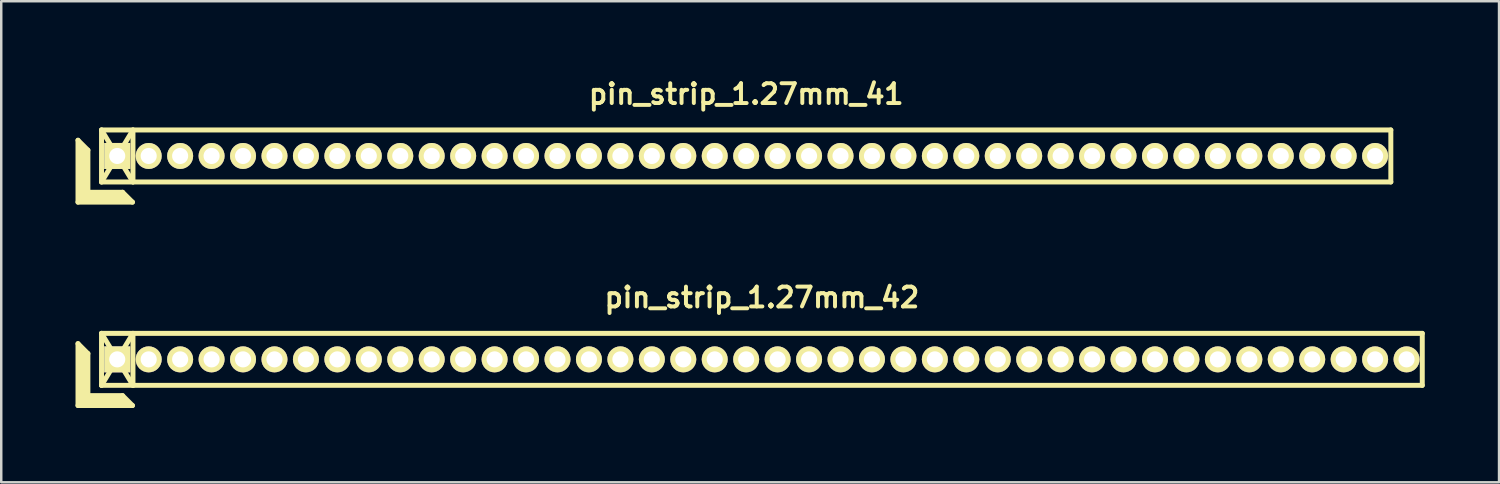
<source format=kicad_pcb>
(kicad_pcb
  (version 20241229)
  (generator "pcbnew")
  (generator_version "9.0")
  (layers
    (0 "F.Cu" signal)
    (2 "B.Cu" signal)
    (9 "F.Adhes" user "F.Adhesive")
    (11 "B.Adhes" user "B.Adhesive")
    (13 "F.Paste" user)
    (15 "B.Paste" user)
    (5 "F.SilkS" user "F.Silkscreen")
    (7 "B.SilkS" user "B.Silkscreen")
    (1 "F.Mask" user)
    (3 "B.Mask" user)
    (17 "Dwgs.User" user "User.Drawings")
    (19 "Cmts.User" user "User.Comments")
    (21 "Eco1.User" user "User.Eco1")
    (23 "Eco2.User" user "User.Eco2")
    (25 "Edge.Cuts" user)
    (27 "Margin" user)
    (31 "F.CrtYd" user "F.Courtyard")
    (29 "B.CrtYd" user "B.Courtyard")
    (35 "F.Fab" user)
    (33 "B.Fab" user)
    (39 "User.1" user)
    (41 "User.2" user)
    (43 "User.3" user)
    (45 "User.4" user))
  (footprint "pin_strip_1.27mm_41"
    (layer "F.Cu")
    (at 27.085 3.249)
    (property "Reference" "pin_strip_1.27mm_41" (at 0 -2.5 0) (layer "F.SilkS") (effects (font (size 0.8 0.8) (thickness 0.16))))
    (attr through_hole)
    (fp_line (start -26.985 -0.635) (end -26.985 1.865) (stroke (width 0.2) (type solid)) (layer "F.SilkS"))
    (fp_line (start -26.985 -0.635) (end -26.585 -0.235) (stroke (width 0.2) (type solid)) (layer "F.SilkS"))
    (fp_line (start -26.985 1.865) (end -24.785 1.865) (stroke (width 0.2) (type solid)) (layer "F.SilkS"))
    (fp_line (start -26.885 1.765) (end -26.885 -0.435) (stroke (width 0.2) (type solid)) (layer "F.SilkS"))
    (fp_line (start -26.885 1.765) (end -24.985 1.765) (stroke (width 0.2) (type solid)) (layer "F.SilkS"))
    (fp_line (start -26.785 1.665) (end -26.785 -0.335) (stroke (width 0.2) (type solid)) (layer "F.SilkS"))
    (fp_line (start -26.785 1.665) (end -25.085 1.665) (stroke (width 0.2) (type solid)) (layer "F.SilkS"))
    (fp_line (start -26.685 1.565) (end -26.685 -0.235) (stroke (width 0.2) (type solid)) (layer "F.SilkS"))
    (fp_line (start -26.685 1.565) (end -25.185 1.565) (stroke (width 0.2) (type solid)) (layer "F.SilkS"))
    (fp_line (start -26.585 1.465) (end -26.585 -0.235) (stroke (width 0.2) (type solid)) (layer "F.SilkS"))
    (fp_line (start -26.585 1.465) (end -25.185 1.465) (stroke (width 0.2) (type solid)) (layer "F.SilkS"))
    (fp_line (start -26.035 -1.05) (end -24.765 1.05) (stroke (width 0.2) (type solid)) (layer "F.SilkS"))
    (fp_line (start -26.035 -1.05) (end 26.035 -1.05) (stroke (width 0.2) (type solid)) (layer "F.SilkS"))
    (fp_line (start -26.035 1.05) (end -26.035 -1.05) (stroke (width 0.2) (type solid)) (layer "F.SilkS"))
    (fp_line (start -26.035 1.05) (end -24.765 -1.05) (stroke (width 0.2) (type solid)) (layer "F.SilkS"))
    (fp_line (start -25.185 1.465) (end -24.785 1.865) (stroke (width 0.2) (type solid)) (layer "F.SilkS"))
    (fp_line (start -24.765 -1.05) (end -24.765 1.05) (stroke (width 0.2) (type solid)) (layer "F.SilkS"))
    (fp_line (start 26.035 -1.05) (end 26.035 1.05) (stroke (width 0.2) (type solid)) (layer "F.SilkS"))
    (fp_line (start 26.035 1.05) (end -26.035 1.05) (stroke (width 0.2) (type solid)) (layer "F.SilkS"))
    (pad "1" thru_hole rect (at -25.4 0) (size 1.05 1.05) (drill 0.65) (layers "*.Cu" "*.Mask" "F.SilkS"))
    (pad "2" thru_hole oval (at -24.13 0) (size 1.05 1.05) (drill 0.65) (layers "*.Cu" "*.Mask" "F.SilkS"))
    (pad "3" thru_hole oval (at -22.86 0) (size 1.05 1.05) (drill 0.65) (layers "*.Cu" "*.Mask" "F.SilkS"))
    (pad "4" thru_hole oval (at -21.59 0) (size 1.05 1.05) (drill 0.65) (layers "*.Cu" "*.Mask" "F.SilkS"))
    (pad "5" thru_hole oval (at -20.32 0) (size 1.05 1.05) (drill 0.65) (layers "*.Cu" "*.Mask" "F.SilkS"))
    (pad "6" thru_hole oval (at -19.05 0) (size 1.05 1.05) (drill 0.65) (layers "*.Cu" "*.Mask" "F.SilkS"))
    (pad "7" thru_hole oval (at -17.78 0) (size 1.05 1.05) (drill 0.65) (layers "*.Cu" "*.Mask" "F.SilkS"))
    (pad "8" thru_hole oval (at -16.51 0) (size 1.05 1.05) (drill 0.65) (layers "*.Cu" "*.Mask" "F.SilkS"))
    (pad "9" thru_hole oval (at -15.24 0) (size 1.05 1.05) (drill 0.65) (layers "*.Cu" "*.Mask" "F.SilkS"))
    (pad "10" thru_hole oval (at -13.97 0) (size 1.05 1.05) (drill 0.65) (layers "*.Cu" "*.Mask" "F.SilkS"))
    (pad "11" thru_hole oval (at -12.7 0) (size 1.05 1.05) (drill 0.65) (layers "*.Cu" "*.Mask" "F.SilkS"))
    (pad "12" thru_hole oval (at -11.43 0) (size 1.05 1.05) (drill 0.65) (layers "*.Cu" "*.Mask" "F.SilkS"))
    (pad "13" thru_hole oval (at -10.16 0) (size 1.05 1.05) (drill 0.65) (layers "*.Cu" "*.Mask" "F.SilkS"))
    (pad "14" thru_hole oval (at -8.89 0) (size 1.05 1.05) (drill 0.65) (layers "*.Cu" "*.Mask" "F.SilkS"))
    (pad "15" thru_hole oval (at -7.62 0) (size 1.05 1.05) (drill 0.65) (layers "*.Cu" "*.Mask" "F.SilkS"))
    (pad "16" thru_hole oval (at -6.35 0) (size 1.05 1.05) (drill 0.65) (layers "*.Cu" "*.Mask" "F.SilkS"))
    (pad "17" thru_hole oval (at -5.08 0) (size 1.05 1.05) (drill 0.65) (layers "*.Cu" "*.Mask" "F.SilkS"))
    (pad "18" thru_hole oval (at -3.81 0) (size 1.05 1.05) (drill 0.65) (layers "*.Cu" "*.Mask" "F.SilkS"))
    (pad "19" thru_hole oval (at -2.54 0) (size 1.05 1.05) (drill 0.65) (layers "*.Cu" "*.Mask" "F.SilkS"))
    (pad "20" thru_hole oval (at -1.27 0) (size 1.05 1.05) (drill 0.65) (layers "*.Cu" "*.Mask" "F.SilkS"))
    (pad "21" thru_hole oval (at 0 0) (size 1.05 1.05) (drill 0.65) (layers "*.Cu" "*.Mask" "F.SilkS"))
    (pad "22" thru_hole oval (at 1.27 0) (size 1.05 1.05) (drill 0.65) (layers "*.Cu" "*.Mask" "F.SilkS"))
    (pad "23" thru_hole oval (at 2.54 0) (size 1.05 1.05) (drill 0.65) (layers "*.Cu" "*.Mask" "F.SilkS"))
    (pad "24" thru_hole oval (at 3.81 0) (size 1.05 1.05) (drill 0.65) (layers "*.Cu" "*.Mask" "F.SilkS"))
    (pad "25" thru_hole oval (at 5.08 0) (size 1.05 1.05) (drill 0.65) (layers "*.Cu" "*.Mask" "F.SilkS"))
    (pad "26" thru_hole oval (at 6.35 0) (size 1.05 1.05) (drill 0.65) (layers "*.Cu" "*.Mask" "F.SilkS"))
    (pad "27" thru_hole oval (at 7.62 0) (size 1.05 1.05) (drill 0.65) (layers "*.Cu" "*.Mask" "F.SilkS"))
    (pad "28" thru_hole oval (at 8.89 0) (size 1.05 1.05) (drill 0.65) (layers "*.Cu" "*.Mask" "F.SilkS"))
    (pad "29" thru_hole oval (at 10.16 0) (size 1.05 1.05) (drill 0.65) (layers "*.Cu" "*.Mask" "F.SilkS"))
    (pad "30" thru_hole oval (at 11.43 0) (size 1.05 1.05) (drill 0.65) (layers "*.Cu" "*.Mask" "F.SilkS"))
    (pad "31" thru_hole oval (at 12.7 0) (size 1.05 1.05) (drill 0.65) (layers "*.Cu" "*.Mask" "F.SilkS"))
    (pad "32" thru_hole oval (at 13.97 0) (size 1.05 1.05) (drill 0.65) (layers "*.Cu" "*.Mask" "F.SilkS"))
    (pad "33" thru_hole oval (at 15.24 0) (size 1.05 1.05) (drill 0.65) (layers "*.Cu" "*.Mask" "F.SilkS"))
    (pad "34" thru_hole oval (at 16.51 0) (size 1.05 1.05) (drill 0.65) (layers "*.Cu" "*.Mask" "F.SilkS"))
    (pad "35" thru_hole oval (at 17.78 0) (size 1.05 1.05) (drill 0.65) (layers "*.Cu" "*.Mask" "F.SilkS"))
    (pad "36" thru_hole oval (at 19.05 0) (size 1.05 1.05) (drill 0.65) (layers "*.Cu" "*.Mask" "F.SilkS"))
    (pad "37" thru_hole oval (at 20.32 0) (size 1.05 1.05) (drill 0.65) (layers "*.Cu" "*.Mask" "F.SilkS"))
    (pad "38" thru_hole oval (at 21.59 0) (size 1.05 1.05) (drill 0.65) (layers "*.Cu" "*.Mask" "F.SilkS"))
    (pad "39" thru_hole oval (at 22.86 0) (size 1.05 1.05) (drill 0.65) (layers "*.Cu" "*.Mask" "F.SilkS"))
    (pad "40" thru_hole oval (at 24.13 0) (size 1.05 1.05) (drill 0.65) (layers "*.Cu" "*.Mask" "F.SilkS"))
    (pad "41" thru_hole oval (at 25.4 0) (size 1.05 1.05) (drill 0.65) (layers "*.Cu" "*.Mask" "F.SilkS")))
  (footprint "pin_strip_1.27mm_42"
    (layer "F.Cu")
    (at 27.72 11.463)
    (property "Reference" "pin_strip_1.27mm_42" (at 0 -2.5 0) (layer "F.SilkS") (effects (font (size 0.8 0.8) (thickness 0.16))))
    (attr through_hole)
    (fp_line (start -27.62 -0.635) (end -27.62 1.865) (stroke (width 0.2) (type solid)) (layer "F.SilkS"))
    (fp_line (start -27.62 -0.635) (end -27.22 -0.235) (stroke (width 0.2) (type solid)) (layer "F.SilkS"))
    (fp_line (start -27.62 1.865) (end -25.42 1.865) (stroke (width 0.2) (type solid)) (layer "F.SilkS"))
    (fp_line (start -27.52 1.765) (end -27.52 -0.435) (stroke (width 0.2) (type solid)) (layer "F.SilkS"))
    (fp_line (start -27.52 1.765) (end -25.62 1.765) (stroke (width 0.2) (type solid)) (layer "F.SilkS"))
    (fp_line (start -27.42 1.665) (end -27.42 -0.335) (stroke (width 0.2) (type solid)) (layer "F.SilkS"))
    (fp_line (start -27.42 1.665) (end -25.72 1.665) (stroke (width 0.2) (type solid)) (layer "F.SilkS"))
    (fp_line (start -27.32 1.565) (end -27.32 -0.235) (stroke (width 0.2) (type solid)) (layer "F.SilkS"))
    (fp_line (start -27.32 1.565) (end -25.82 1.565) (stroke (width 0.2) (type solid)) (layer "F.SilkS"))
    (fp_line (start -27.22 1.465) (end -27.22 -0.235) (stroke (width 0.2) (type solid)) (layer "F.SilkS"))
    (fp_line (start -27.22 1.465) (end -25.82 1.465) (stroke (width 0.2) (type solid)) (layer "F.SilkS"))
    (fp_line (start -26.67 -1.05) (end -25.4 1.05) (stroke (width 0.2) (type solid)) (layer "F.SilkS"))
    (fp_line (start -26.67 -1.05) (end 26.67 -1.05) (stroke (width 0.2) (type solid)) (layer "F.SilkS"))
    (fp_line (start -26.67 1.05) (end -26.67 -1.05) (stroke (width 0.2) (type solid)) (layer "F.SilkS"))
    (fp_line (start -26.67 1.05) (end -25.4 -1.05) (stroke (width 0.2) (type solid)) (layer "F.SilkS"))
    (fp_line (start -25.82 1.465) (end -25.42 1.865) (stroke (width 0.2) (type solid)) (layer "F.SilkS"))
    (fp_line (start -25.4 -1.05) (end -25.4 1.05) (stroke (width 0.2) (type solid)) (layer "F.SilkS"))
    (fp_line (start 26.67 -1.05) (end 26.67 1.05) (stroke (width 0.2) (type solid)) (layer "F.SilkS"))
    (fp_line (start 26.67 1.05) (end -26.67 1.05) (stroke (width 0.2) (type solid)) (layer "F.SilkS"))
    (pad "1" thru_hole rect (at -26.035 0) (size 1.05 1.05) (drill 0.65) (layers "*.Cu" "*.Mask" "F.SilkS"))
    (pad "2" thru_hole oval (at -24.765 0) (size 1.05 1.05) (drill 0.65) (layers "*.Cu" "*.Mask" "F.SilkS"))
    (pad "3" thru_hole oval (at -23.495 0) (size 1.05 1.05) (drill 0.65) (layers "*.Cu" "*.Mask" "F.SilkS"))
    (pad "4" thru_hole oval (at -22.225 0) (size 1.05 1.05) (drill 0.65) (layers "*.Cu" "*.Mask" "F.SilkS"))
    (pad "5" thru_hole oval (at -20.955 0) (size 1.05 1.05) (drill 0.65) (layers "*.Cu" "*.Mask" "F.SilkS"))
    (pad "6" thru_hole oval (at -19.685 0) (size 1.05 1.05) (drill 0.65) (layers "*.Cu" "*.Mask" "F.SilkS"))
    (pad "7" thru_hole oval (at -18.415 0) (size 1.05 1.05) (drill 0.65) (layers "*.Cu" "*.Mask" "F.SilkS"))
    (pad "8" thru_hole oval (at -17.145 0) (size 1.05 1.05) (drill 0.65) (layers "*.Cu" "*.Mask" "F.SilkS"))
    (pad "9" thru_hole oval (at -15.875 0) (size 1.05 1.05) (drill 0.65) (layers "*.Cu" "*.Mask" "F.SilkS"))
    (pad "10" thru_hole oval (at -14.605 0) (size 1.05 1.05) (drill 0.65) (layers "*.Cu" "*.Mask" "F.SilkS"))
    (pad "11" thru_hole oval (at -13.335 0) (size 1.05 1.05) (drill 0.65) (layers "*.Cu" "*.Mask" "F.SilkS"))
    (pad "12" thru_hole oval (at -12.065 0) (size 1.05 1.05) (drill 0.65) (layers "*.Cu" "*.Mask" "F.SilkS"))
    (pad "13" thru_hole oval (at -10.795 0) (size 1.05 1.05) (drill 0.65) (layers "*.Cu" "*.Mask" "F.SilkS"))
    (pad "14" thru_hole oval (at -9.525 0) (size 1.05 1.05) (drill 0.65) (layers "*.Cu" "*.Mask" "F.SilkS"))
    (pad "15" thru_hole oval (at -8.255 0) (size 1.05 1.05) (drill 0.65) (layers "*.Cu" "*.Mask" "F.SilkS"))
    (pad "16" thru_hole oval (at -6.985 0) (size 1.05 1.05) (drill 0.65) (layers "*.Cu" "*.Mask" "F.SilkS"))
    (pad "17" thru_hole oval (at -5.715 0) (size 1.05 1.05) (drill 0.65) (layers "*.Cu" "*.Mask" "F.SilkS"))
    (pad "18" thru_hole oval (at -4.445 0) (size 1.05 1.05) (drill 0.65) (layers "*.Cu" "*.Mask" "F.SilkS"))
    (pad "19" thru_hole oval (at -3.175 0) (size 1.05 1.05) (drill 0.65) (layers "*.Cu" "*.Mask" "F.SilkS"))
    (pad "20" thru_hole oval (at -1.905 0) (size 1.05 1.05) (drill 0.65) (layers "*.Cu" "*.Mask" "F.SilkS"))
    (pad "21" thru_hole oval (at -0.635 0) (size 1.05 1.05) (drill 0.65) (layers "*.Cu" "*.Mask" "F.SilkS"))
    (pad "22" thru_hole oval (at 0.635 0) (size 1.05 1.05) (drill 0.65) (layers "*.Cu" "*.Mask" "F.SilkS"))
    (pad "23" thru_hole oval (at 1.905 0) (size 1.05 1.05) (drill 0.65) (layers "*.Cu" "*.Mask" "F.SilkS"))
    (pad "24" thru_hole oval (at 3.175 0) (size 1.05 1.05) (drill 0.65) (layers "*.Cu" "*.Mask" "F.SilkS"))
    (pad "25" thru_hole oval (at 4.445 0) (size 1.05 1.05) (drill 0.65) (layers "*.Cu" "*.Mask" "F.SilkS"))
    (pad "26" thru_hole oval (at 5.715 0) (size 1.05 1.05) (drill 0.65) (layers "*.Cu" "*.Mask" "F.SilkS"))
    (pad "27" thru_hole oval (at 6.985 0) (size 1.05 1.05) (drill 0.65) (layers "*.Cu" "*.Mask" "F.SilkS"))
    (pad "28" thru_hole oval (at 8.255 0) (size 1.05 1.05) (drill 0.65) (layers "*.Cu" "*.Mask" "F.SilkS"))
    (pad "29" thru_hole oval (at 9.525 0) (size 1.05 1.05) (drill 0.65) (layers "*.Cu" "*.Mask" "F.SilkS"))
    (pad "30" thru_hole oval (at 10.795 0) (size 1.05 1.05) (drill 0.65) (layers "*.Cu" "*.Mask" "F.SilkS"))
    (pad "31" thru_hole oval (at 12.065 0) (size 1.05 1.05) (drill 0.65) (layers "*.Cu" "*.Mask" "F.SilkS"))
    (pad "32" thru_hole oval (at 13.335 0) (size 1.05 1.05) (drill 0.65) (layers "*.Cu" "*.Mask" "F.SilkS"))
    (pad "33" thru_hole oval (at 14.605 0) (size 1.05 1.05) (drill 0.65) (layers "*.Cu" "*.Mask" "F.SilkS"))
    (pad "34" thru_hole oval (at 15.875 0) (size 1.05 1.05) (drill 0.65) (layers "*.Cu" "*.Mask" "F.SilkS"))
    (pad "35" thru_hole oval (at 17.145 0) (size 1.05 1.05) (drill 0.65) (layers "*.Cu" "*.Mask" "F.SilkS"))
    (pad "36" thru_hole oval (at 18.415 0) (size 1.05 1.05) (drill 0.65) (layers "*.Cu" "*.Mask" "F.SilkS"))
    (pad "37" thru_hole oval (at 19.685 0) (size 1.05 1.05) (drill 0.65) (layers "*.Cu" "*.Mask" "F.SilkS"))
    (pad "38" thru_hole oval (at 20.955 0) (size 1.05 1.05) (drill 0.65) (layers "*.Cu" "*.Mask" "F.SilkS"))
    (pad "39" thru_hole oval (at 22.225 0) (size 1.05 1.05) (drill 0.65) (layers "*.Cu" "*.Mask" "F.SilkS"))
    (pad "40" thru_hole oval (at 23.495 0) (size 1.05 1.05) (drill 0.65) (layers "*.Cu" "*.Mask" "F.SilkS"))
    (pad "41" thru_hole oval (at 24.765 0) (size 1.05 1.05) (drill 0.65) (layers "*.Cu" "*.Mask" "F.SilkS"))
    (pad "42" thru_hole oval (at 26.035 0) (size 1.05 1.05) (drill 0.65) (layers "*.Cu" "*.Mask" "F.SilkS")))
  (gr_rect
    (start -3 -3)
    (end 57.49 16.428)
    (stroke (width 0.1) (type default))
    (fill no)
    (layer "Edge.Cuts")))
</source>
